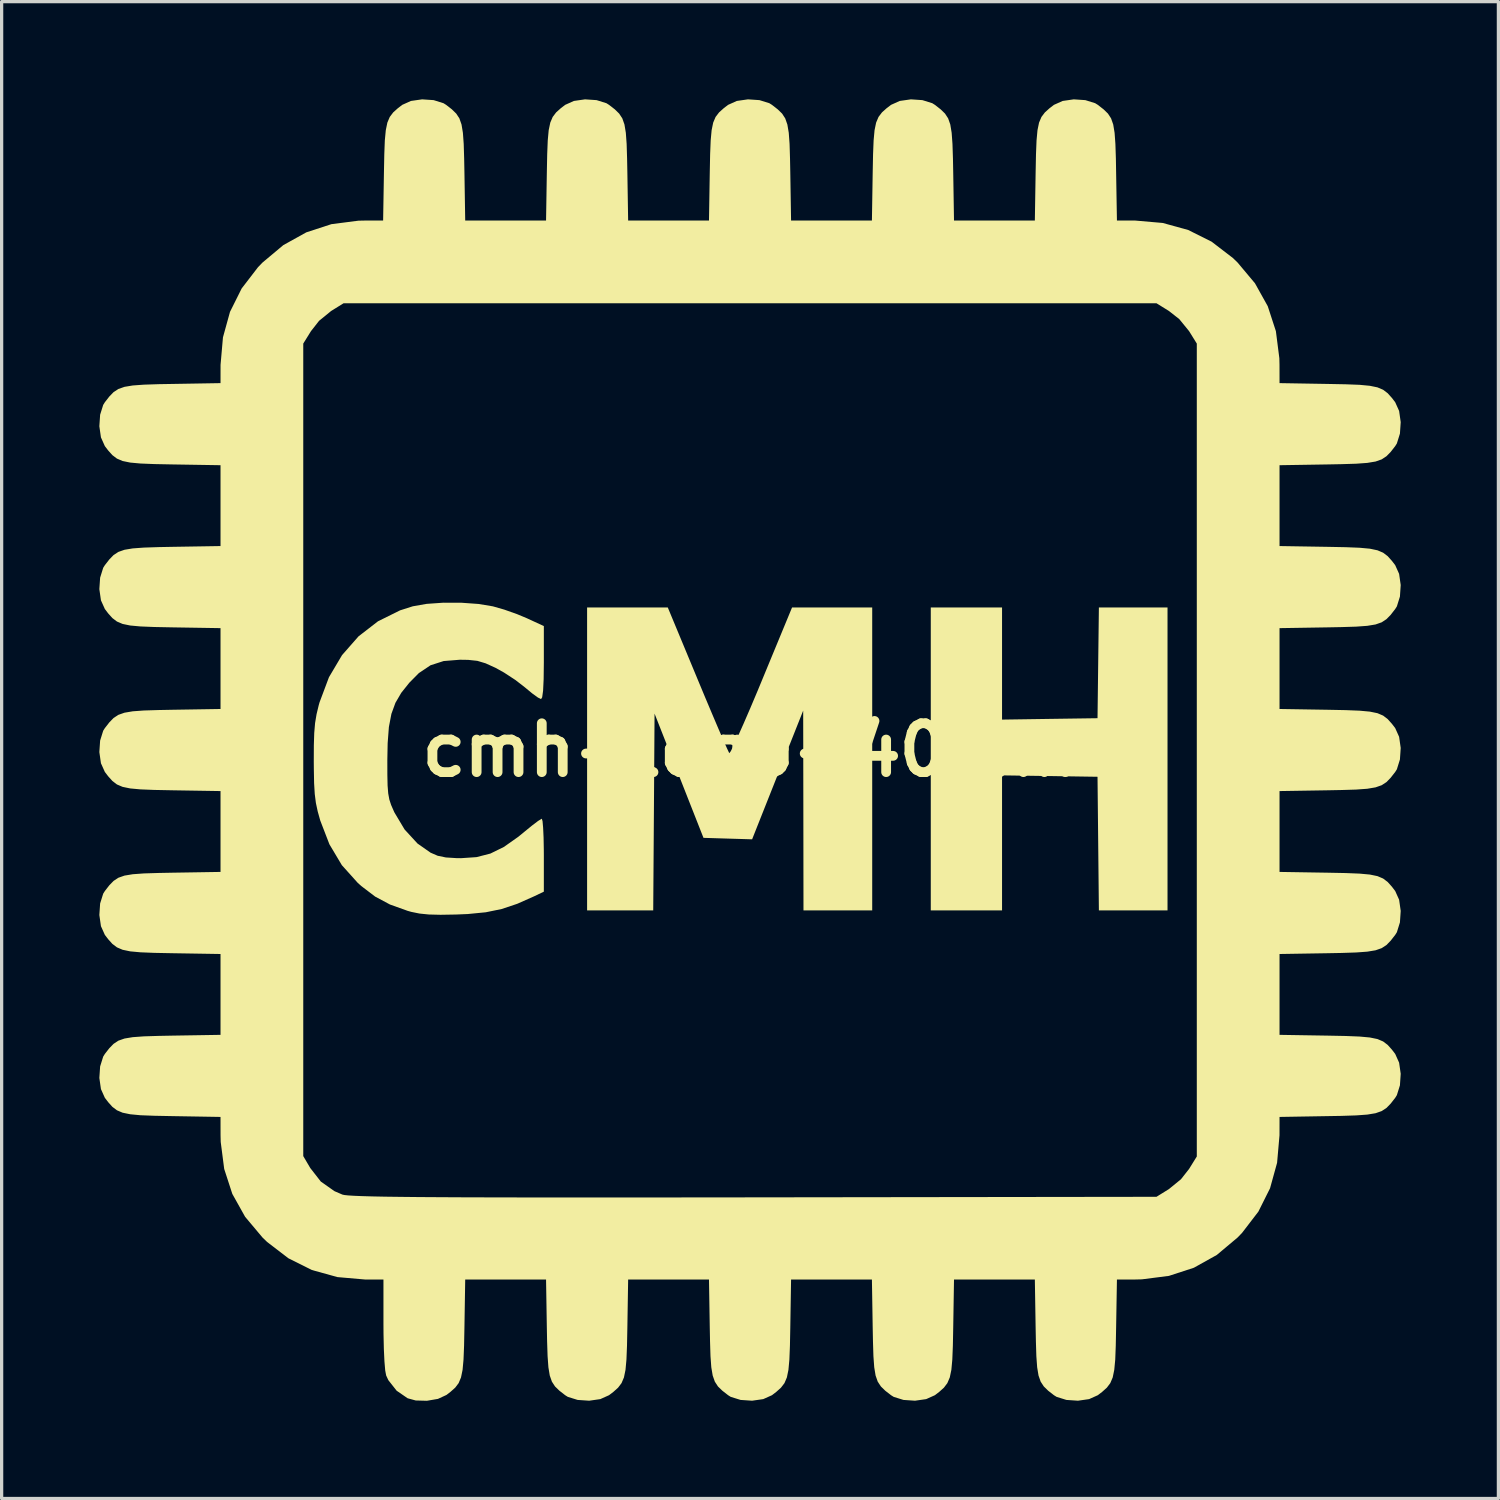
<source format=kicad_pcb>
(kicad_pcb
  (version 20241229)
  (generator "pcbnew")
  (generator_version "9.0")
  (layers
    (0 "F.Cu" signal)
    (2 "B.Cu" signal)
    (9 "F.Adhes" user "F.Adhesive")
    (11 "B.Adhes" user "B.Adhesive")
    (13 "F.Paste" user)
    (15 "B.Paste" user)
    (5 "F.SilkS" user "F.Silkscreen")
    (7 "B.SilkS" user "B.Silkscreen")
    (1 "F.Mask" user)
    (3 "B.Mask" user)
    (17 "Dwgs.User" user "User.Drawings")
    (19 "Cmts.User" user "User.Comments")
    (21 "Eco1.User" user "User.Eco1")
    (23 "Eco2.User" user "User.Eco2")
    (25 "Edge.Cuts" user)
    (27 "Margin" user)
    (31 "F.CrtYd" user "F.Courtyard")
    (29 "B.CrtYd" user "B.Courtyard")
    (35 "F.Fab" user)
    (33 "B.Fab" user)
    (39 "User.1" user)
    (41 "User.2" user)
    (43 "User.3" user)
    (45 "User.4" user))
  (footprint "cmh-logo-40mm"
    (layer "F.Cu")
    (at 19.976 19.976)
    (property "Reference" "cmh-logo-40mm" (at 0 0 0) (layer "F.SilkS") (effects (font (size 1.5 1.5) (thickness 0.3))))
    (attr board_only exclude_from_pos_files exclude_from_bom)
    (fp_poly (pts (xy 7.737 -2.656) (xy 7.737 -0.934) (xy 9.203 -0.956) (xy 10.668 -0.977) (xy 10.689 -2.677) (xy 10.71 -4.377) (xy 11.764 -4.377) (xy 12.817 -4.377) (xy 12.817 0.274) (xy 12.817 4.924) (xy 11.763 4.924) (xy 10.71 4.924) (xy 10.689 2.872) (xy 10.668 0.821) (xy 9.203 0.799) (xy 7.737 0.778) (xy 7.737 2.851) (xy 7.737 4.924) (xy 6.643 4.924) (xy 5.549 4.924) (xy 5.549 0.274) (xy 5.549 -4.377) (xy 6.643 -4.377) (xy 7.737 -4.377)) (stroke (width 0) (type solid)) (fill yes) (layer "F.SilkS"))
    (fp_poly (pts (xy -1.608 -2.169) (xy -1.378 -1.617) (xy -1.165 -1.112) (xy -0.978 -0.672) (xy -0.824 -0.315) (xy -0.711 -0.059) (xy -0.646 0.079) (xy -0.636 0.096) (xy -0.594 0.041) (xy -0.501 -0.142) (xy -0.364 -0.437) (xy -0.191 -0.826) (xy 0.011 -1.293) (xy 0.234 -1.821) (xy 0.354 -2.111) (xy 1.29 -4.376) (xy 2.52 -4.376) (xy 3.751 -4.377) (xy 3.751 0.274) (xy 3.751 4.924) (xy 2.696 4.924) (xy 1.641 4.924) (xy 1.637 1.856) (xy 1.632 -1.211) (xy 0.848 0.765) (xy 0.064 2.741) (xy -0.682 2.719) (xy -1.429 2.696) (xy -2.18 0.789) (xy -2.931 -1.118) (xy -2.951 1.903) (xy -2.972 4.924) (xy -3.987 4.924) (xy -5.002 4.924) (xy -5.002 0.274) (xy -5.002 -4.377) (xy -3.764 -4.377) (xy -2.525 -4.377)) (stroke (width 0) (type solid)) (fill yes) (layer "F.SilkS"))
    (fp_poly (pts (xy -8.862 -4.522) (xy -8.332 -4.484) (xy -7.894 -4.411) (xy -7.545 -4.311) (xy -7.153 -4.172) (xy -6.858 -4.049) (xy -6.33 -3.806) (xy -6.33 -2.685) (xy -6.336 -2.177) (xy -6.353 -1.823) (xy -6.381 -1.62) (xy -6.416 -1.563) (xy -6.513 -1.612) (xy -6.688 -1.739) (xy -6.903 -1.917) (xy -6.904 -1.918) (xy -7.2 -2.148) (xy -7.553 -2.379) (xy -7.814 -2.524) (xy -8.118 -2.662) (xy -8.372 -2.738) (xy -8.653 -2.768) (xy -8.908 -2.772) (xy -9.405 -2.732) (xy -9.809 -2.602) (xy -10.167 -2.362) (xy -10.46 -2.066) (xy -10.706 -1.758) (xy -10.886 -1.45) (xy -11.01 -1.11) (xy -11.087 -0.707) (xy -11.125 -0.208) (xy -11.135 0.313) (xy -11.134 0.762) (xy -11.127 1.089) (xy -11.108 1.33) (xy -11.074 1.517) (xy -11.019 1.686) (xy -10.938 1.871) (xy -10.918 1.915) (xy -10.605 2.439) (xy -10.209 2.87) (xy -9.808 3.151) (xy -9.589 3.246) (xy -9.338 3.298) (xy -9.002 3.319) (xy -8.87 3.32) (xy -8.397 3.288) (xy -7.972 3.179) (xy -7.558 2.976) (xy -7.114 2.663) (xy -6.92 2.504) (xy -6.692 2.318) (xy -6.509 2.179) (xy -6.402 2.113) (xy -6.392 2.11) (xy -6.37 2.184) (xy -6.352 2.386) (xy -6.338 2.689) (xy -6.331 3.066) (xy -6.33 3.229) (xy -6.33 4.348) (xy -6.624 4.489) (xy -7.147 4.721) (xy -7.625 4.881) (xy -8.113 4.981) (xy -8.667 5.035) (xy -9.027 5.05) (xy -9.503 5.058) (xy -9.863 5.049) (xy -10.148 5.02) (xy -10.398 4.969) (xy -10.512 4.937) (xy -11.055 4.742) (xy -11.508 4.5) (xy -11.935 4.175) (xy -12.045 4.076) (xy -12.531 3.535) (xy -12.913 2.894) (xy -13.195 2.162) (xy -13.273 1.882) (xy -13.328 1.625) (xy -13.363 1.35) (xy -13.383 1.017) (xy -13.391 0.586) (xy -13.393 0.352) (xy -13.391 -0.143) (xy -13.379 -0.522) (xy -13.353 -0.827) (xy -13.308 -1.098) (xy -13.241 -1.376) (xy -13.216 -1.464) (xy -12.927 -2.235) (xy -12.525 -2.914) (xy -12.019 -3.49) (xy -11.422 -3.952) (xy -10.744 -4.288) (xy -10.352 -4.413) (xy -9.93 -4.487) (xy -9.415 -4.523)) (stroke (width 0) (type solid)) (fill yes) (layer "F.SilkS"))
    (fp_poly (pts (xy 10.294 -19.952) (xy 10.595 -19.858) (xy 10.677 -19.807) (xy 10.854 -19.669) (xy 10.988 -19.539) (xy 11.084 -19.392) (xy 11.15 -19.204) (xy 11.192 -18.95) (xy 11.217 -18.607) (xy 11.232 -18.149) (xy 11.239 -17.735) (xy 11.264 -16.256) (xy 11.826 -16.255) (xy 12.671 -16.181) (xy 13.453 -15.965) (xy 14.171 -15.606) (xy 14.824 -15.105) (xy 14.967 -14.967) (xy 15.502 -14.329) (xy 15.894 -13.626) (xy 16.144 -12.859) (xy 16.25 -12.029) (xy 16.255 -11.826) (xy 16.256 -11.264) (xy 17.735 -11.239) (xy 18.29 -11.228) (xy 18.714 -11.212) (xy 19.029 -11.182) (xy 19.262 -11.134) (xy 19.436 -11.06) (xy 19.576 -10.954) (xy 19.706 -10.809) (xy 19.807 -10.677) (xy 19.927 -10.41) (xy 19.976 -10.067) (xy 19.952 -9.713) (xy 19.858 -9.412) (xy 19.807 -9.33) (xy 19.669 -9.153) (xy 19.539 -9.02) (xy 19.392 -8.923) (xy 19.204 -8.857) (xy 18.95 -8.815) (xy 18.607 -8.79) (xy 18.149 -8.776) (xy 17.735 -8.768) (xy 16.256 -8.744) (xy 16.256 -7.503) (xy 16.256 -6.262) (xy 17.735 -6.238) (xy 18.29 -6.227) (xy 18.714 -6.21) (xy 19.029 -6.181) (xy 19.262 -6.132) (xy 19.436 -6.058) (xy 19.576 -5.952) (xy 19.706 -5.807) (xy 19.807 -5.675) (xy 19.927 -5.408) (xy 19.976 -5.065) (xy 19.952 -4.711) (xy 19.858 -4.41) (xy 19.807 -4.329) (xy 19.669 -4.151) (xy 19.539 -4.018) (xy 19.392 -3.921) (xy 19.204 -3.855) (xy 18.95 -3.813) (xy 18.607 -3.788) (xy 18.149 -3.774) (xy 17.735 -3.766) (xy 16.256 -3.742) (xy 16.256 -2.501) (xy 16.256 -1.26) (xy 17.735 -1.236) (xy 18.29 -1.225) (xy 18.714 -1.208) (xy 19.029 -1.179) (xy 19.262 -1.131) (xy 19.436 -1.057) (xy 19.576 -0.95) (xy 19.706 -0.805) (xy 19.807 -0.673) (xy 19.927 -0.406) (xy 19.976 -0.063) (xy 19.952 0.29) (xy 19.858 0.592) (xy 19.807 0.673) (xy 19.669 0.85) (xy 19.539 0.984) (xy 19.392 1.08) (xy 19.204 1.146) (xy 18.95 1.189) (xy 18.607 1.214) (xy 18.149 1.228) (xy 17.735 1.236) (xy 16.256 1.26) (xy 16.256 2.501) (xy 16.256 3.742) (xy 17.735 3.766) (xy 18.29 3.777) (xy 18.714 3.794) (xy 19.029 3.823) (xy 19.262 3.871) (xy 19.436 3.945) (xy 19.576 4.051) (xy 19.706 4.196) (xy 19.807 4.329) (xy 19.927 4.596) (xy 19.976 4.939) (xy 19.952 5.292) (xy 19.858 5.594) (xy 19.807 5.675) (xy 19.669 5.852) (xy 19.539 5.986) (xy 19.392 6.082) (xy 19.204 6.148) (xy 18.95 6.19) (xy 18.607 6.215) (xy 18.149 6.23) (xy 17.735 6.238) (xy 16.256 6.262) (xy 16.256 7.503) (xy 16.256 8.744) (xy 17.735 8.768) (xy 18.29 8.779) (xy 18.714 8.796) (xy 19.029 8.825) (xy 19.262 8.873) (xy 19.436 8.947) (xy 19.576 9.053) (xy 19.706 9.198) (xy 19.807 9.33) (xy 19.927 9.598) (xy 19.976 9.94) (xy 19.952 10.294) (xy 19.858 10.595) (xy 19.807 10.677) (xy 19.669 10.854) (xy 19.539 10.988) (xy 19.392 11.084) (xy 19.204 11.15) (xy 18.95 11.192) (xy 18.607 11.217) (xy 18.149 11.232) (xy 17.735 11.239) (xy 16.256 11.264) (xy 16.255 11.826) (xy 16.181 12.671) (xy 15.965 13.453) (xy 15.606 14.171) (xy 15.105 14.824) (xy 14.967 14.967) (xy 14.329 15.502) (xy 13.626 15.894) (xy 12.859 16.144) (xy 12.029 16.25) (xy 11.826 16.255) (xy 11.264 16.256) (xy 11.239 17.735) (xy 11.228 18.29) (xy 11.212 18.714) (xy 11.182 19.029) (xy 11.134 19.262) (xy 11.06 19.436) (xy 10.954 19.576) (xy 10.809 19.706) (xy 10.677 19.807) (xy 10.41 19.927) (xy 10.067 19.976) (xy 9.713 19.952) (xy 9.412 19.858) (xy 9.33 19.807) (xy 9.153 19.669) (xy 9.02 19.539) (xy 8.923 19.392) (xy 8.857 19.204) (xy 8.815 18.95) (xy 8.79 18.607) (xy 8.776 18.149) (xy 8.768 17.735) (xy 8.744 16.256) (xy 7.503 16.256) (xy 6.262 16.256) (xy 6.238 17.735) (xy 6.227 18.29) (xy 6.21 18.714) (xy 6.181 19.029) (xy 6.132 19.262) (xy 6.058 19.436) (xy 5.952 19.576) (xy 5.807 19.706) (xy 5.675 19.807) (xy 5.408 19.927) (xy 5.065 19.976) (xy 4.711 19.952) (xy 4.41 19.858) (xy 4.329 19.807) (xy 4.151 19.669) (xy 4.018 19.539) (xy 3.921 19.392) (xy 3.855 19.204) (xy 3.813 18.95) (xy 3.788 18.607) (xy 3.774 18.149) (xy 3.766 17.735) (xy 3.742 16.256) (xy 2.501 16.256) (xy 1.26 16.256) (xy 1.236 17.735) (xy 1.225 18.29) (xy 1.208 18.714) (xy 1.179 19.029) (xy 1.131 19.262) (xy 1.057 19.436) (xy 0.95 19.576) (xy 0.805 19.706) (xy 0.673 19.807) (xy 0.406 19.927) (xy 0.063 19.976) (xy -0.29 19.952) (xy -0.592 19.858) (xy -0.673 19.807) (xy -0.85 19.669) (xy -0.984 19.539) (xy -1.08 19.392) (xy -1.146 19.204) (xy -1.189 18.95) (xy -1.214 18.607) (xy -1.228 18.149) (xy -1.236 17.735) (xy -1.26 16.256) (xy -2.501 16.256) (xy -3.742 16.256) (xy -3.766 17.735) (xy -3.777 18.29) (xy -3.794 18.714) (xy -3.823 19.029) (xy -3.871 19.262) (xy -3.945 19.436) (xy -4.051 19.576) (xy -4.196 19.706) (xy -4.329 19.807) (xy -4.596 19.927) (xy -4.939 19.976) (xy -5.292 19.952) (xy -5.594 19.858) (xy -5.675 19.807) (xy -5.852 19.669) (xy -5.986 19.539) (xy -6.082 19.392) (xy -6.148 19.204) (xy -6.19 18.95) (xy -6.215 18.607) (xy -6.23 18.149) (xy -6.238 17.735) (xy -6.262 16.256) (xy -7.503 16.256) (xy -8.744 16.256) (xy -8.768 17.735) (xy -8.779 18.291) (xy -8.796 18.714) (xy -8.825 19.03) (xy -8.873 19.262) (xy -8.946 19.436) (xy -9.051 19.575) (xy -9.195 19.703) (xy -9.319 19.799) (xy -9.581 19.92) (xy -9.919 19.978) (xy -10.263 19.969) (xy -10.512 19.901) (xy -10.849 19.669) (xy -11.104 19.345) (xy -11.171 19.201) (xy -11.2 19.047) (xy -11.224 18.764) (xy -11.242 18.381) (xy -11.252 17.926) (xy -11.254 17.619) (xy -11.254 16.256) (xy -11.821 16.255) (xy -12.666 16.181) (xy -13.45 15.964) (xy -14.171 15.604) (xy -14.826 15.102) (xy -14.967 14.966) (xy -15.501 14.33) (xy -15.894 13.627) (xy -16.143 12.861) (xy -16.194 12.466) (xy -13.716 12.466) (xy -13.501 12.832) (xy -13.177 13.248) (xy -12.758 13.543) (xy -12.514 13.648) (xy -12.449 13.662) (xy -12.332 13.674) (xy -12.156 13.685) (xy -11.915 13.695) (xy -11.601 13.704) (xy -11.209 13.712) (xy -10.732 13.718) (xy -10.163 13.724) (xy -9.496 13.728) (xy -8.725 13.732) (xy -7.843 13.734) (xy -6.844 13.736) (xy -5.72 13.737) (xy -4.466 13.737) (xy -3.075 13.736) (xy -1.541 13.735) (xy 0.123 13.733) (xy 12.478 13.716) (xy 12.86 13.479) (xy 13.23 13.177) (xy 13.479 12.86) (xy 13.716 12.478) (xy 13.716 0) (xy 13.716 -12.478) (xy 13.479 -12.86) (xy 13.177 -13.23) (xy 12.86 -13.479) (xy 12.478 -13.716) (xy 0 -13.716) (xy -12.478 -13.716) (xy -12.86 -13.479) (xy -13.23 -13.177) (xy -13.479 -12.86) (xy -13.716 -12.478) (xy -13.716 -0.006) (xy -13.716 12.466) (xy -16.194 12.466) (xy -16.25 12.031) (xy -16.255 11.826) (xy -16.256 11.264) (xy -17.735 11.239) (xy -18.29 11.228) (xy -18.714 11.212) (xy -19.029 11.182) (xy -19.262 11.134) (xy -19.436 11.06) (xy -19.576 10.954) (xy -19.706 10.809) (xy -19.807 10.677) (xy -19.927 10.41) (xy -19.976 10.067) (xy -19.952 9.713) (xy -19.858 9.412) (xy -19.807 9.33) (xy -19.669 9.153) (xy -19.539 9.02) (xy -19.392 8.923) (xy -19.204 8.857) (xy -18.95 8.815) (xy -18.607 8.79) (xy -18.149 8.776) (xy -17.735 8.768) (xy -16.256 8.744) (xy -16.256 7.503) (xy -16.256 6.262) (xy -17.735 6.238) (xy -18.29 6.227) (xy -18.714 6.21) (xy -19.029 6.181) (xy -19.262 6.132) (xy -19.436 6.058) (xy -19.576 5.952) (xy -19.706 5.807) (xy -19.807 5.675) (xy -19.927 5.408) (xy -19.976 5.065) (xy -19.952 4.711) (xy -19.858 4.41) (xy -19.807 4.329) (xy -19.669 4.151) (xy -19.539 4.018) (xy -19.392 3.921) (xy -19.204 3.855) (xy -18.95 3.813) (xy -18.607 3.788) (xy -18.149 3.774) (xy -17.735 3.766) (xy -16.256 3.742) (xy -16.256 2.501) (xy -16.256 1.26) (xy -17.735 1.236) (xy -18.29 1.225) (xy -18.714 1.208) (xy -19.029 1.179) (xy -19.262 1.131) (xy -19.436 1.057) (xy -19.576 0.95) (xy -19.706 0.805) (xy -19.807 0.673) (xy -19.927 0.406) (xy -19.976 0.063) (xy -19.952 -0.29) (xy -19.858 -0.592) (xy -19.807 -0.673) (xy -19.669 -0.85) (xy -19.539 -0.984) (xy -19.392 -1.08) (xy -19.204 -1.146) (xy -18.95 -1.189) (xy -18.607 -1.214) (xy -18.149 -1.228) (xy -17.735 -1.236) (xy -16.256 -1.26) (xy -16.256 -2.501) (xy -16.256 -3.742) (xy -17.735 -3.766) (xy -18.29 -3.777) (xy -18.714 -3.794) (xy -19.029 -3.823) (xy -19.262 -3.871) (xy -19.436 -3.945) (xy -19.576 -4.051) (xy -19.706 -4.196) (xy -19.807 -4.329) (xy -19.927 -4.596) (xy -19.976 -4.939) (xy -19.952 -5.292) (xy -19.858 -5.594) (xy -19.807 -5.675) (xy -19.669 -5.852) (xy -19.539 -5.986) (xy -19.392 -6.082) (xy -19.204 -6.148) (xy -18.95 -6.19) (xy -18.607 -6.215) (xy -18.149 -6.23) (xy -17.735 -6.238) (xy -16.256 -6.262) (xy -16.256 -7.503) (xy -16.256 -8.744) (xy -17.735 -8.768) (xy -18.29 -8.779) (xy -18.714 -8.796) (xy -19.029 -8.825) (xy -19.262 -8.873) (xy -19.436 -8.947) (xy -19.576 -9.053) (xy -19.706 -9.198) (xy -19.807 -9.33) (xy -19.927 -9.598) (xy -19.976 -9.94) (xy -19.952 -10.294) (xy -19.858 -10.595) (xy -19.807 -10.677) (xy -19.669 -10.854) (xy -19.539 -10.988) (xy -19.392 -11.084) (xy -19.204 -11.15) (xy -18.95 -11.192) (xy -18.607 -11.217) (xy -18.149 -11.232) (xy -17.735 -11.239) (xy -16.256 -11.264) (xy -16.255 -11.826) (xy -16.181 -12.67) (xy -15.965 -13.452) (xy -15.607 -14.17) (xy -15.106 -14.822) (xy -14.967 -14.966) (xy -14.328 -15.501) (xy -13.622 -15.893) (xy -12.852 -16.144) (xy -12.021 -16.251) (xy -11.826 -16.255) (xy -11.264 -16.256) (xy -11.239 -17.735) (xy -11.228 -18.29) (xy -11.212 -18.714) (xy -11.182 -19.029) (xy -11.134 -19.262) (xy -11.06 -19.436) (xy -10.954 -19.576) (xy -10.809 -19.706) (xy -10.677 -19.807) (xy -10.41 -19.927) (xy -10.067 -19.976) (xy -9.713 -19.952) (xy -9.412 -19.858) (xy -9.33 -19.807) (xy -9.153 -19.669) (xy -9.02 -19.539) (xy -8.923 -19.392) (xy -8.857 -19.204) (xy -8.815 -18.95) (xy -8.79 -18.607) (xy -8.776 -18.149) (xy -8.768 -17.735) (xy -8.744 -16.256) (xy -7.503 -16.256) (xy -6.262 -16.256) (xy -6.238 -17.735) (xy -6.227 -18.29) (xy -6.21 -18.714) (xy -6.181 -19.029) (xy -6.132 -19.262) (xy -6.058 -19.436) (xy -5.952 -19.576) (xy -5.807 -19.706) (xy -5.675 -19.807) (xy -5.408 -19.927) (xy -5.065 -19.976) (xy -4.711 -19.952) (xy -4.41 -19.858) (xy -4.329 -19.807) (xy -4.151 -19.669) (xy -4.018 -19.539) (xy -3.921 -19.392) (xy -3.855 -19.204) (xy -3.813 -18.95) (xy -3.788 -18.607) (xy -3.774 -18.149) (xy -3.766 -17.735) (xy -3.742 -16.256) (xy -2.501 -16.256) (xy -1.26 -16.256) (xy -1.236 -17.735) (xy -1.225 -18.29) (xy -1.208 -18.714) (xy -1.179 -19.029) (xy -1.131 -19.262) (xy -1.057 -19.436) (xy -0.95 -19.576) (xy -0.805 -19.706) (xy -0.673 -19.807) (xy -0.406 -19.927) (xy -0.063 -19.976) (xy 0.29 -19.952) (xy 0.592 -19.858) (xy 0.673 -19.807) (xy 0.85 -19.669) (xy 0.984 -19.539) (xy 1.08 -19.392) (xy 1.146 -19.204) (xy 1.189 -18.95) (xy 1.214 -18.607) (xy 1.228 -18.149) (xy 1.236 -17.735) (xy 1.26 -16.256) (xy 2.501 -16.256) (xy 3.742 -16.256) (xy 3.766 -17.735) (xy 3.777 -18.29) (xy 3.794 -18.714) (xy 3.823 -19.029) (xy 3.871 -19.262) (xy 3.945 -19.436) (xy 4.051 -19.576) (xy 4.196 -19.706) (xy 4.329 -19.807) (xy 4.596 -19.927) (xy 4.939 -19.976) (xy 5.292 -19.952) (xy 5.594 -19.858) (xy 5.675 -19.807) (xy 5.852 -19.669) (xy 5.986 -19.539) (xy 6.082 -19.392) (xy 6.148 -19.204) (xy 6.19 -18.95) (xy 6.215 -18.607) (xy 6.23 -18.149) (xy 6.238 -17.735) (xy 6.262 -16.256) (xy 7.503 -16.256) (xy 8.744 -16.256) (xy 8.768 -17.735) (xy 8.779 -18.29) (xy 8.796 -18.714) (xy 8.825 -19.029) (xy 8.873 -19.262) (xy 8.947 -19.436) (xy 9.053 -19.576) (xy 9.198 -19.706) (xy 9.33 -19.807) (xy 9.598 -19.927) (xy 9.94 -19.976)) (stroke (width 0) (type solid)) (fill yes) (layer "F.SilkS")))
  (gr_rect
    (start -3 -3)
    (end 42.951 42.954)
    (stroke (width 0.1) (type default))
    (fill no)
    (layer "Edge.Cuts")))
</source>
